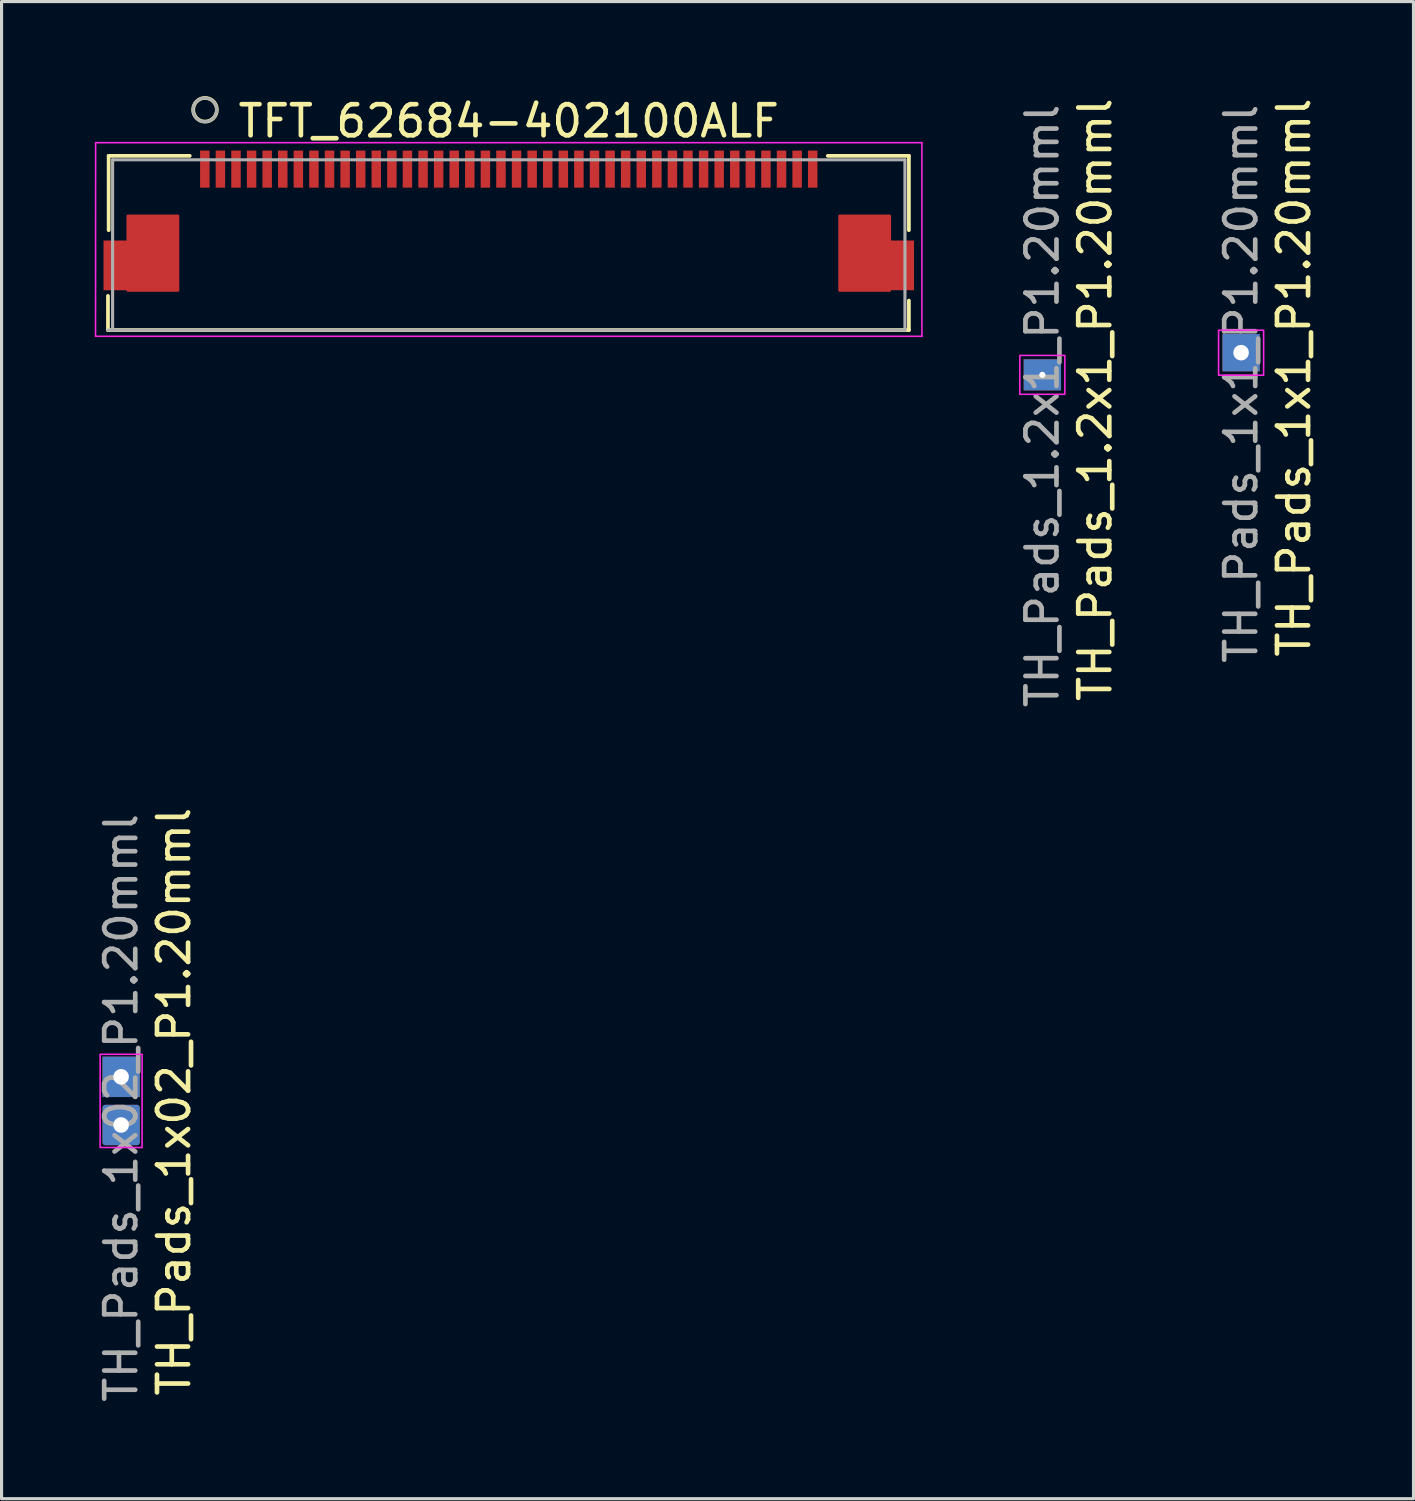
<source format=kicad_pcb>
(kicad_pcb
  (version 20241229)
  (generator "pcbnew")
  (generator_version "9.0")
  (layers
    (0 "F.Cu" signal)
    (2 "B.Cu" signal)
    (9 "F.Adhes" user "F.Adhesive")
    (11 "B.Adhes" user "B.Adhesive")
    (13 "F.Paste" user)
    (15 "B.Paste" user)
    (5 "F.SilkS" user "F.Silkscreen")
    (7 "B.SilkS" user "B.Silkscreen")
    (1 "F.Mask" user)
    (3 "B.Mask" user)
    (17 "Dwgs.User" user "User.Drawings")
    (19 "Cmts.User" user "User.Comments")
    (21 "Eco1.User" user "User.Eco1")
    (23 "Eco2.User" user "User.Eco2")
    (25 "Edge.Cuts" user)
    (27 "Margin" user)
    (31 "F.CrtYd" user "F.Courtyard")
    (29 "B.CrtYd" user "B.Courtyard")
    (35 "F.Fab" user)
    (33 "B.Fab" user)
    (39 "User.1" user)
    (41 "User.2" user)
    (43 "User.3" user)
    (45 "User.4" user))
  (footprint "TH_Pads_1.2x1_P1.20mml"
    (layer "F.Cu")
    (at 30.498 9.015)
    (property "Reference" "TH_Pads_1.2x1_P1.20mml" (at 1.7 0.8 90) (layer "F.SilkS") (effects (font (size 1 1) (thickness 0.15))))
    (attr through_hole)
    (fp_rect (start -0.725 -0.625) (end 0.725 0.625) (stroke (width 0.05) (type default)) (fill no) (layer "F.CrtYd"))
    (fp_text user "${REFERENCE}" (at 0 1 90) (layer "F.Fab") (effects (font (size 1 1) (thickness 0.15))))
    (pad "1" thru_hole rect (at 0 0) (size 1.2 1) (drill 0.2) (layers "*.Cu" "*.Mask")))
  (footprint "TH_Pads_1x1_P1.20mml"
    (layer "F.Cu")
    (at 36.895 8.301)
    (property "Reference" "TH_Pads_1x1_P1.20mml" (at 1.7 0.8 90) (layer "F.SilkS") (effects (font (size 1 1) (thickness 0.15))))
    (attr through_hole)
    (fp_rect (start -0.725 -0.725) (end 0.725 0.725) (stroke (width 0.05) (type default)) (fill no) (layer "F.CrtYd"))
    (fp_text user "${REFERENCE}" (at 0 1 90) (layer "F.Fab") (effects (font (size 1 1) (thickness 0.15))))
    (pad "1" thru_hole rect (at 0 0) (size 1.2 1.2) (drill 0.5) (layers "*.Cu" "*.Mask")))
  (footprint "TH_Pads_1x02_P1.20mml"
    (layer "F.Cu")
    (at 0.848 31.608)
    (property "Reference" "TH_Pads_1x02_P1.20mml" (at 1.7 0.8 90) (layer "F.SilkS") (effects (font (size 1 1) (thickness 0.15))))
    (attr through_hole)
    (fp_rect (start -0.675 -0.725) (end 0.675 2.275) (stroke (width 0.05) (type default)) (fill no) (layer "F.CrtYd"))
    (fp_text user "${REFERENCE}" (at 0 1 90) (layer "F.Fab") (effects (font (size 1 1) (thickness 0.15))))
    (pad "1" thru_hole rect (at 0 0) (size 1.2 1.3) (drill 0.5) (layers "*.Cu" "*.Mask"))
    (pad "2" thru_hole roundrect (at 0 1.55) (size 1.2 1.3) (drill 0.5) (layers "*.Cu" "*.Mask") (roundrect_rratio 0.077)))
  (footprint "TFT_62684-402100ALF"
    (layer "F.Cu")
    (at 13.325 5.674)
    (property "Reference" "TFT_62684-402100ALF" (at 0 -4.826 0) (layer "F.SilkS") (effects (font (size 1 1) (thickness 0.15))))
    (attr smd)
    (fp_poly (pts (xy -10.655 -1.77) (xy -12.255 -1.77) (xy -12.255 0.618) (xy -10.655 0.618)) (stroke (width 0.1) (type solid)) (fill yes) (layer "F.Cu"))
    (fp_poly (pts (xy 12.255 -1.77) (xy 10.655 -1.77) (xy 10.655 0.618) (xy 12.255 0.618)) (stroke (width 0.1) (type solid)) (fill yes) (layer "F.Cu"))
    (fp_poly (pts (xy -10.655 -1.77) (xy -12.255 -1.77) (xy -12.255 0.618) (xy -10.655 0.618)) (stroke (width 0.1) (type solid)) (fill yes) (layer "F.Mask"))
    (fp_poly (pts (xy 12.255 -1.77) (xy 10.655 -1.77) (xy 10.655 0.618) (xy 12.255 0.618)) (stroke (width 0.1) (type solid)) (fill yes) (layer "F.Mask"))
    (fp_line (start -12.9 0.8) (end -12.9 1.9) (stroke (width 0.12) (type solid)) (layer "F.SilkS"))
    (fp_line (start -12.9 1.9) (end 12.878 1.9) (stroke (width 0.12) (type solid)) (layer "F.SilkS"))
    (fp_line (start -12.878 -3.708) (end -12.878 -1.315) (stroke (width 0.12) (type solid)) (layer "F.SilkS"))
    (fp_line (start -10.267 -3.708) (end -12.878 -3.708) (stroke (width 0.12) (type solid)) (layer "F.SilkS"))
    (fp_line (start 12.878 -3.708) (end 10.267 -3.708) (stroke (width 0.12) (type solid)) (layer "F.SilkS"))
    (fp_line (start 12.878 -1.315) (end 12.878 -3.708) (stroke (width 0.12) (type solid)) (layer "F.SilkS"))
    (fp_line (start 12.878 1.9) (end 12.878 0.95) (stroke (width 0.12) (type solid)) (layer "F.SilkS"))
    (fp_circle (center -9.776 -5.191) (end -9.395 -5.191) (stroke (width 0.12) (type solid)) (fill no) (layer "F.SilkS"))
    (fp_poly (pts (xy -10.655 -1.77) (xy -12.255 -1.77) (xy -12.255 0.618) (xy -10.655 0.618)) (stroke (width 0.1) (type solid)) (fill yes) (layer "F.Paste"))
    (fp_poly (pts (xy 12.255 -1.77) (xy 10.655 -1.77) (xy 10.655 0.618) (xy 12.255 0.618)) (stroke (width 0.1) (type solid)) (fill yes) (layer "F.Paste"))
    (fp_line (start -13.3 2.1) (end 13.3 2.1) (stroke (width 0.05) (type solid)) (layer "F.CrtYd"))
    (fp_line (start -13.297 -4.132) (end -13.3 2.1) (stroke (width 0.05) (type solid)) (layer "F.CrtYd"))
    (fp_line (start 13.297 -4.132) (end -13.297 -4.132) (stroke (width 0.05) (type solid)) (layer "F.CrtYd"))
    (fp_line (start 13.297 2.1) (end 13.297 -4.132) (stroke (width 0.05) (type solid)) (layer "F.CrtYd"))
    (fp_line (start -12.9 1.9) (end 12.751 1.9) (stroke (width 0.1) (type solid)) (layer "F.Fab"))
    (fp_line (start -12.751 -3.581) (end -12.751 1.9) (stroke (width 0.1) (type solid)) (layer "F.Fab"))
    (fp_line (start 12.751 -3.581) (end -12.751 -3.581) (stroke (width 0.1) (type solid)) (layer "F.Fab"))
    (fp_line (start 12.751 1.9) (end 12.751 -3.581) (stroke (width 0.1) (type solid)) (layer "F.Fab"))
    (fp_circle (center -9.782 -5.186) (end -9.401 -5.186) (stroke (width 0.1) (type solid)) (fill no) (layer "F.Fab"))
    (pad "1" smd rect (at 9.782 -3.281) (size 0.305 1.194) (layers "F.Cu" "F.Mask" "F.Paste"))
    (pad "2" smd rect (at 9.281 -3.281) (size 0.305 1.194) (layers "F.Cu" "F.Mask" "F.Paste"))
    (pad "3" smd rect (at 8.779 -3.281) (size 0.305 1.194) (layers "F.Cu" "F.Mask" "F.Paste"))
    (pad "4" smd rect (at 8.277 -3.281) (size 0.305 1.194) (layers "F.Cu" "F.Mask" "F.Paste"))
    (pad "5" smd rect (at 7.776 -3.281) (size 0.305 1.194) (layers "F.Cu" "F.Mask" "F.Paste"))
    (pad "6" smd rect (at 7.274 -3.281) (size 0.305 1.194) (layers "F.Cu" "F.Mask" "F.Paste"))
    (pad "7" smd rect (at 6.772 -3.281) (size 0.305 1.194) (layers "F.Cu" "F.Mask" "F.Paste"))
    (pad "8" smd rect (at 6.271 -3.281) (size 0.305 1.194) (layers "F.Cu" "F.Mask" "F.Paste"))
    (pad "9" smd rect (at 5.769 -3.281) (size 0.305 1.194) (layers "F.Cu" "F.Mask" "F.Paste"))
    (pad "10" smd rect (at 5.267 -3.281) (size 0.305 1.194) (layers "F.Cu" "F.Mask" "F.Paste"))
    (pad "11" smd rect (at 4.766 -3.281) (size 0.305 1.194) (layers "F.Cu" "F.Mask" "F.Paste"))
    (pad "12" smd rect (at 4.264 -3.281) (size 0.305 1.194) (layers "F.Cu" "F.Mask" "F.Paste"))
    (pad "13" smd rect (at 3.762 -3.281) (size 0.305 1.194) (layers "F.Cu" "F.Mask" "F.Paste"))
    (pad "14" smd rect (at 3.261 -3.281) (size 0.305 1.194) (layers "F.Cu" "F.Mask" "F.Paste"))
    (pad "15" smd rect (at 2.759 -3.281) (size 0.305 1.194) (layers "F.Cu" "F.Mask" "F.Paste"))
    (pad "16" smd rect (at 2.257 -3.281) (size 0.305 1.194) (layers "F.Cu" "F.Mask" "F.Paste"))
    (pad "17" smd rect (at 1.756 -3.281) (size 0.305 1.194) (layers "F.Cu" "F.Mask" "F.Paste"))
    (pad "18" smd rect (at 1.254 -3.281) (size 0.305 1.194) (layers "F.Cu" "F.Mask" "F.Paste"))
    (pad "19" smd rect (at 0.752 -3.281) (size 0.305 1.194) (layers "F.Cu" "F.Mask" "F.Paste"))
    (pad "20" smd rect (at 0.251 -3.281) (size 0.305 1.194) (layers "F.Cu" "F.Mask" "F.Paste"))
    (pad "21" smd rect (at -0.251 -3.281) (size 0.305 1.194) (layers "F.Cu" "F.Mask" "F.Paste"))
    (pad "22" smd rect (at -0.752 -3.281) (size 0.305 1.194) (layers "F.Cu" "F.Mask" "F.Paste"))
    (pad "23" smd rect (at -1.254 -3.281) (size 0.305 1.194) (layers "F.Cu" "F.Mask" "F.Paste"))
    (pad "24" smd rect (at -1.756 -3.281) (size 0.305 1.194) (layers "F.Cu" "F.Mask" "F.Paste"))
    (pad "25" smd rect (at -2.257 -3.281) (size 0.305 1.194) (layers "F.Cu" "F.Mask" "F.Paste"))
    (pad "26" smd rect (at -2.759 -3.281) (size 0.305 1.194) (layers "F.Cu" "F.Mask" "F.Paste"))
    (pad "27" smd rect (at -3.261 -3.281) (size 0.305 1.194) (layers "F.Cu" "F.Mask" "F.Paste"))
    (pad "28" smd rect (at -3.762 -3.281) (size 0.305 1.194) (layers "F.Cu" "F.Mask" "F.Paste"))
    (pad "29" smd rect (at -4.264 -3.281) (size 0.305 1.194) (layers "F.Cu" "F.Mask" "F.Paste"))
    (pad "30" smd rect (at -4.766 -3.281) (size 0.305 1.194) (layers "F.Cu" "F.Mask" "F.Paste"))
    (pad "31" smd rect (at -5.267 -3.281) (size 0.305 1.194) (layers "F.Cu" "F.Mask" "F.Paste"))
    (pad "32" smd rect (at -5.769 -3.281) (size 0.305 1.194) (layers "F.Cu" "F.Mask" "F.Paste"))
    (pad "33" smd rect (at -6.271 -3.281) (size 0.305 1.194) (layers "F.Cu" "F.Mask" "F.Paste"))
    (pad "34" smd rect (at -6.772 -3.281) (size 0.305 1.194) (layers "F.Cu" "F.Mask" "F.Paste"))
    (pad "35" smd rect (at -7.274 -3.281) (size 0.305 1.194) (layers "F.Cu" "F.Mask" "F.Paste"))
    (pad "36" smd rect (at -7.776 -3.281) (size 0.305 1.194) (layers "F.Cu" "F.Mask" "F.Paste"))
    (pad "37" smd rect (at -8.277 -3.281) (size 0.305 1.194) (layers "F.Cu" "F.Mask" "F.Paste"))
    (pad "38" smd rect (at -8.779 -3.281) (size 0.305 1.194) (layers "F.Cu" "F.Mask" "F.Paste"))
    (pad "39" smd rect (at -9.281 -3.281) (size 0.305 1.194) (layers "F.Cu" "F.Mask" "F.Paste"))
    (pad "40" smd rect (at -9.782 -3.281) (size 0.305 1.194) (layers "F.Cu" "F.Mask" "F.Paste"))
    (pad "41" smd rect (at -11.849 -0.183) (size 2.388 1.6) (layers "F.Cu" "F.Mask" "F.Paste"))
    (pad "42" smd rect (at 11.849 -0.183) (size 2.388 1.6) (layers "F.Cu" "F.Mask" "F.Paste")))
  (gr_rect
    (start -3 -3)
    (end 42.443 45.186)
    (stroke (width 0.1) (type default))
    (fill no)
    (layer "Edge.Cuts")))
</source>
